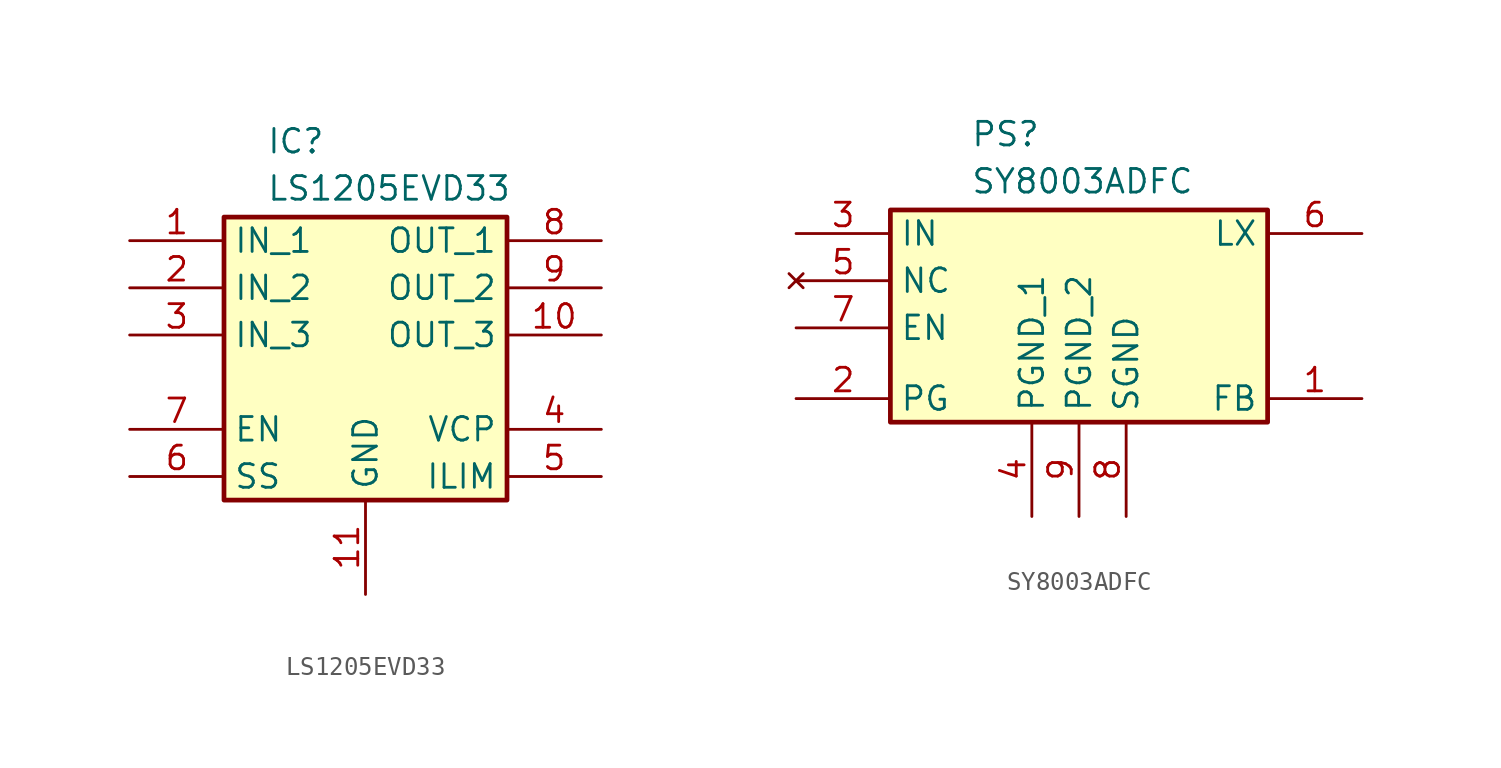
<source format=kicad_sym>
(kicad_symbol_lib
  (version 20231120)
  (generator "kicad_symbol_editor")
  (generator_version "8.0")
  (symbol "LS1205EVD33"
    (property "Reference" "IC"
      (at 2.286 4.826 0)
      (effects (font (size 1.27 1.27)) (justify left top)))
    (property "Value" "LS1205EVD33"
      (at 2.286 2.286 0)
      (effects (font (size 1.27 1.27)) (justify left top)))
    (symbol "LS1205EVD33_1_1"
      (rectangle (start 0 0) (end 15.24 -15.24) (stroke (width 0.254) (type default)) (fill (type background)))
      (pin passive line (at -5.08 -1.27 0) (length 5.08) (name "IN_1" (effects (font (size 1.27 1.27)))) (number "1" (effects (font (size 1.27 1.27)))))
      (pin passive line (at 20.32 -6.35 180) (length 5.08) (name "OUT_3" (effects (font (size 1.27 1.27)))) (number "10" (effects (font (size 1.27 1.27)))))
      (pin passive line (at 7.62 -20.32 90) (length 5.08) (name "GND" (effects (font (size 1.27 1.27)))) (number "11" (effects (font (size 1.27 1.27)))))
      (pin passive line (at -5.08 -3.81 0) (length 5.08) (name "IN_2" (effects (font (size 1.27 1.27)))) (number "2" (effects (font (size 1.27 1.27)))))
      (pin passive line (at -5.08 -6.35 0) (length 5.08) (name "IN_3" (effects (font (size 1.27 1.27)))) (number "3" (effects (font (size 1.27 1.27)))))
      (pin passive line (at 20.32 -11.43 180) (length 5.08) (name "VCP" (effects (font (size 1.27 1.27)))) (number "4" (effects (font (size 1.27 1.27)))))
      (pin passive line (at 20.32 -13.97 180) (length 5.08) (name "ILIM" (effects (font (size 1.27 1.27)))) (number "5" (effects (font (size 1.27 1.27)))))
      (pin passive line (at -5.08 -13.97 0) (length 5.08) (name "SS" (effects (font (size 1.27 1.27)))) (number "6" (effects (font (size 1.27 1.27)))))
      (pin passive line (at -5.08 -11.43 0) (length 5.08) (name "EN" (effects (font (size 1.27 1.27)))) (number "7" (effects (font (size 1.27 1.27)))))
      (pin passive line (at 20.32 -1.27 180) (length 5.08) (name "OUT_1" (effects (font (size 1.27 1.27)))) (number "8" (effects (font (size 1.27 1.27)))))
      (pin passive line (at 20.32 -3.81 180) (length 5.08) (name "OUT_2" (effects (font (size 1.27 1.27)))) (number "9" (effects (font (size 1.27 1.27)))))))
  (symbol "SY8003ADFC"
    (property "Reference" "PS"
      (at 4.318 4.826 0)
      (effects (font (size 1.27 1.27)) (justify left top)))
    (property "Value" "SY8003ADFC"
      (at 4.318 2.286 0)
      (effects (font (size 1.27 1.27)) (justify left top)))
    (symbol "SY8003ADFC_1_1"
      (rectangle (start 0 0) (end 20.32 -11.43) (stroke (width 0.254) (type default)) (fill (type background)))
      (pin passive line (at 25.4 -10.16 180) (length 5.08) (name "FB" (effects (font (size 1.27 1.27)))) (number "1" (effects (font (size 1.27 1.27)))))
      (pin passive line (at -5.08 -10.16 0) (length 5.08) (name "PG" (effects (font (size 1.27 1.27)))) (number "2" (effects (font (size 1.27 1.27)))))
      (pin passive line (at -5.08 -1.27 0) (length 5.08) (name "IN" (effects (font (size 1.27 1.27)))) (number "3" (effects (font (size 1.27 1.27)))))
      (pin passive line (at 7.62 -16.51 90) (length 5.08) (name "PGND_1" (effects (font (size 1.27 1.27)))) (number "4" (effects (font (size 1.27 1.27)))))
      (pin no_connect line (at -5.08 -3.81 0) (length 5.08) (name "NC" (effects (font (size 1.27 1.27)))) (number "5" (effects (font (size 1.27 1.27)))))
      (pin passive line (at 25.4 -1.27 180) (length 5.08) (name "LX" (effects (font (size 1.27 1.27)))) (number "6" (effects (font (size 1.27 1.27)))))
      (pin passive line (at -5.08 -6.35 0) (length 5.08) (name "EN" (effects (font (size 1.27 1.27)))) (number "7" (effects (font (size 1.27 1.27)))))
      (pin passive line (at 12.7 -16.51 90) (length 5.08) (name "SGND" (effects (font (size 1.27 1.27)))) (number "8" (effects (font (size 1.27 1.27)))))
      (pin passive line (at 10.16 -16.51 90) (length 5.08) (name "PGND_2" (effects (font (size 1.27 1.27)))) (number "9" (effects (font (size 1.27 1.27))))))))
</source>
